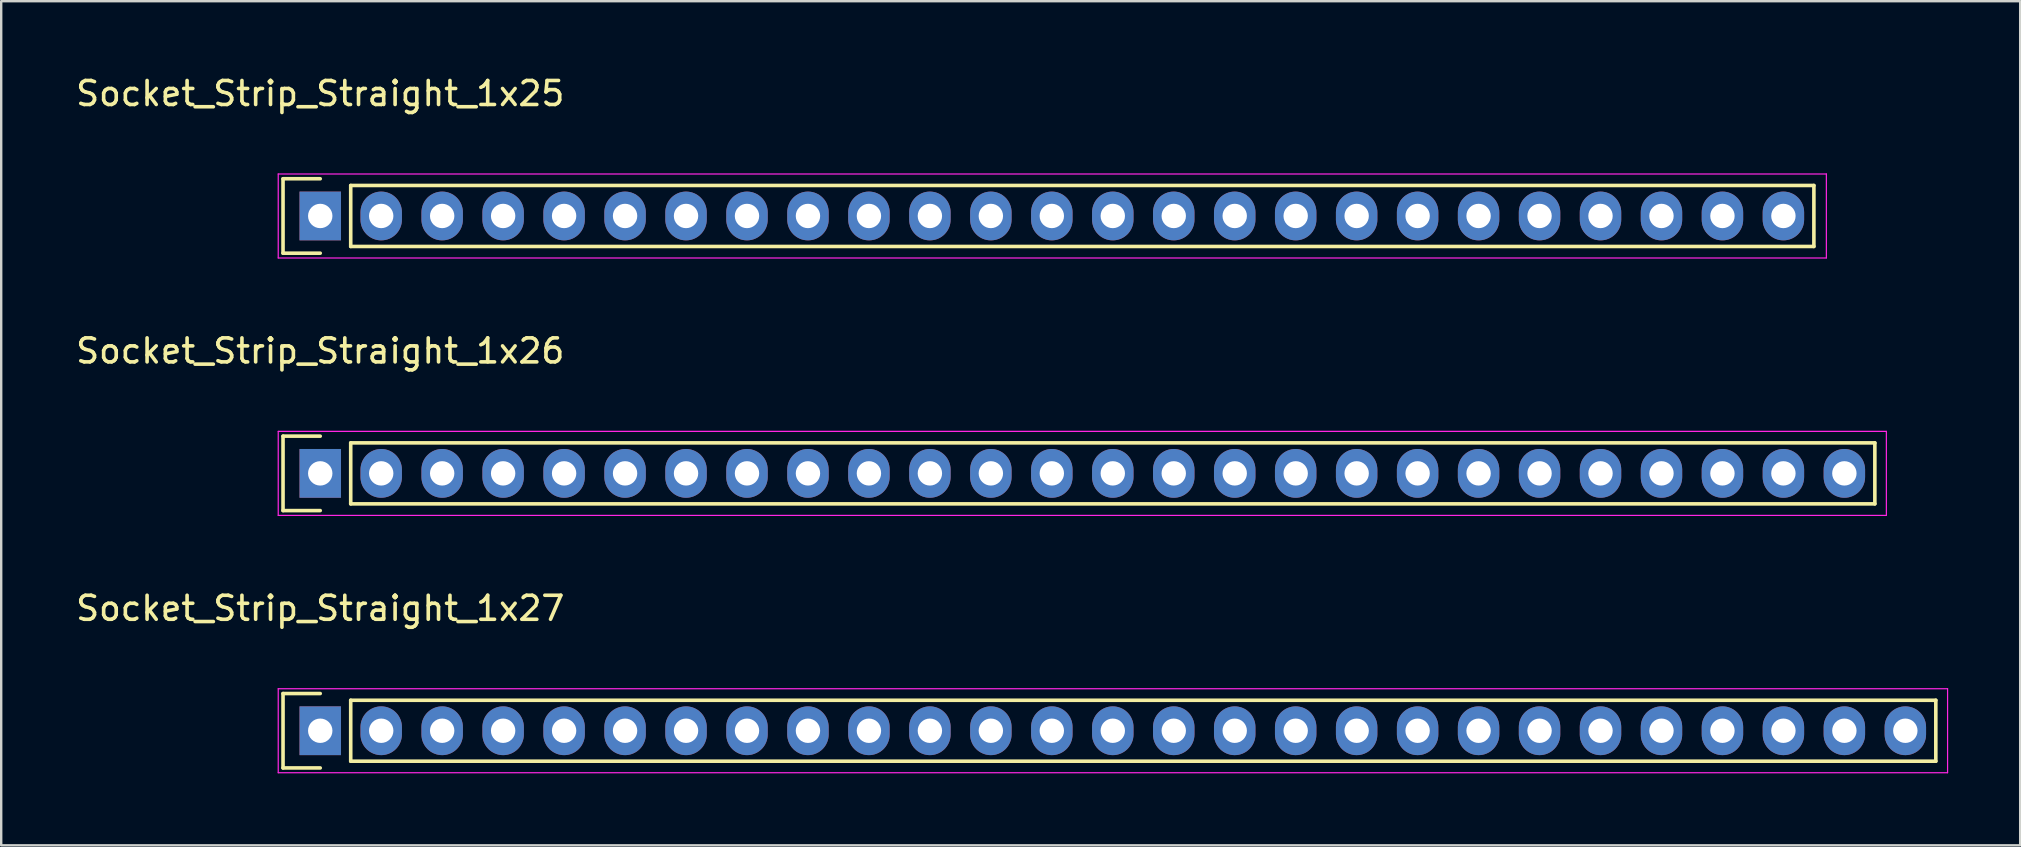
<source format=kicad_pcb>
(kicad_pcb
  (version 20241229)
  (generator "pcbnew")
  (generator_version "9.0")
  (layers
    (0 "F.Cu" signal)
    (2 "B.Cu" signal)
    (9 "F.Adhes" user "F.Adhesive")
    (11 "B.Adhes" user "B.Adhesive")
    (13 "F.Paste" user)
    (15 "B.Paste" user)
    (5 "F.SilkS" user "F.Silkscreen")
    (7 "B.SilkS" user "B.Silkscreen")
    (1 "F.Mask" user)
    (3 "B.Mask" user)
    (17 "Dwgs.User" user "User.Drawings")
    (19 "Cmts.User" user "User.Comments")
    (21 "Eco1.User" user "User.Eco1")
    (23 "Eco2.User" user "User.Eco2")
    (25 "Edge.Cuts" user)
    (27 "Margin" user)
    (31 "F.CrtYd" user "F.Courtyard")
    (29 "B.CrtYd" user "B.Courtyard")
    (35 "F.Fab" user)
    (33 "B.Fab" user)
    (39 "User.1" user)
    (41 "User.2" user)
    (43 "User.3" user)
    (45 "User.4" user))
  (footprint "Socket_Strip_Straight_1x26"
    (layer "F.Cu")
    (at 10.292 16.672)
    (property "Reference" "Socket_Strip_Straight_1x26" (at 0 -5.1 0) (layer "F.SilkS") (effects (font (size 1 1) (thickness 0.15))))
    (attr through_hole)
    (fp_line (start -1.55 -1.55) (end -1.55 1.55) (stroke (width 0.15) (type solid)) (layer "F.SilkS"))
    (fp_line (start -1.55 1.55) (end 0 1.55) (stroke (width 0.15) (type solid)) (layer "F.SilkS"))
    (fp_line (start 0 -1.55) (end -1.55 -1.55) (stroke (width 0.15) (type solid)) (layer "F.SilkS"))
    (fp_line (start 1.27 -1.27) (end 64.77 -1.27) (stroke (width 0.15) (type solid)) (layer "F.SilkS"))
    (fp_line (start 1.27 1.27) (end 1.27 -1.27) (stroke (width 0.15) (type solid)) (layer "F.SilkS"))
    (fp_line (start 64.77 -1.27) (end 64.77 1.27) (stroke (width 0.15) (type solid)) (layer "F.SilkS"))
    (fp_line (start 64.77 1.27) (end 1.27 1.27) (stroke (width 0.15) (type solid)) (layer "F.SilkS"))
    (fp_line (start -1.75 -1.75) (end -1.75 1.75) (stroke (width 0.05) (type solid)) (layer "F.CrtYd"))
    (fp_line (start -1.75 -1.75) (end 65.25 -1.75) (stroke (width 0.05) (type solid)) (layer "F.CrtYd"))
    (fp_line (start -1.75 1.75) (end 65.25 1.75) (stroke (width 0.05) (type solid)) (layer "F.CrtYd"))
    (fp_line (start 65.25 -1.75) (end 65.25 1.75) (stroke (width 0.05) (type solid)) (layer "F.CrtYd"))
    (pad "1" thru_hole rect (at 0 0) (size 1.727 2.032) (drill 1.016) (layers "*.Cu" "*.Mask"))
    (pad "2" thru_hole oval (at 2.54 0) (size 1.727 2.032) (drill 1.016) (layers "*.Cu" "*.Mask"))
    (pad "3" thru_hole oval (at 5.08 0) (size 1.727 2.032) (drill 1.016) (layers "*.Cu" "*.Mask"))
    (pad "4" thru_hole oval (at 7.62 0) (size 1.727 2.032) (drill 1.016) (layers "*.Cu" "*.Mask"))
    (pad "5" thru_hole oval (at 10.16 0) (size 1.727 2.032) (drill 1.016) (layers "*.Cu" "*.Mask"))
    (pad "6" thru_hole oval (at 12.7 0) (size 1.727 2.032) (drill 1.016) (layers "*.Cu" "*.Mask"))
    (pad "7" thru_hole oval (at 15.24 0) (size 1.727 2.032) (drill 1.016) (layers "*.Cu" "*.Mask"))
    (pad "8" thru_hole oval (at 17.78 0) (size 1.727 2.032) (drill 1.016) (layers "*.Cu" "*.Mask"))
    (pad "9" thru_hole oval (at 20.32 0) (size 1.727 2.032) (drill 1.016) (layers "*.Cu" "*.Mask"))
    (pad "10" thru_hole oval (at 22.86 0) (size 1.727 2.032) (drill 1.016) (layers "*.Cu" "*.Mask"))
    (pad "11" thru_hole oval (at 25.4 0) (size 1.727 2.032) (drill 1.016) (layers "*.Cu" "*.Mask"))
    (pad "12" thru_hole oval (at 27.94 0) (size 1.727 2.032) (drill 1.016) (layers "*.Cu" "*.Mask"))
    (pad "13" thru_hole oval (at 30.48 0) (size 1.727 2.032) (drill 1.016) (layers "*.Cu" "*.Mask"))
    (pad "14" thru_hole oval (at 33.02 0) (size 1.727 2.032) (drill 1.016) (layers "*.Cu" "*.Mask"))
    (pad "15" thru_hole oval (at 35.56 0) (size 1.727 2.032) (drill 1.016) (layers "*.Cu" "*.Mask"))
    (pad "16" thru_hole oval (at 38.1 0) (size 1.727 2.032) (drill 1.016) (layers "*.Cu" "*.Mask"))
    (pad "17" thru_hole oval (at 40.64 0) (size 1.727 2.032) (drill 1.016) (layers "*.Cu" "*.Mask"))
    (pad "18" thru_hole oval (at 43.18 0) (size 1.727 2.032) (drill 1.016) (layers "*.Cu" "*.Mask"))
    (pad "19" thru_hole oval (at 45.72 0) (size 1.727 2.032) (drill 1.016) (layers "*.Cu" "*.Mask"))
    (pad "20" thru_hole oval (at 48.26 0) (size 1.727 2.032) (drill 1.016) (layers "*.Cu" "*.Mask"))
    (pad "21" thru_hole oval (at 50.8 0) (size 1.727 2.032) (drill 1.016) (layers "*.Cu" "*.Mask"))
    (pad "22" thru_hole oval (at 53.34 0) (size 1.727 2.032) (drill 1.016) (layers "*.Cu" "*.Mask"))
    (pad "23" thru_hole oval (at 55.88 0) (size 1.727 2.032) (drill 1.016) (layers "*.Cu" "*.Mask"))
    (pad "24" thru_hole oval (at 58.42 0) (size 1.727 2.032) (drill 1.016) (layers "*.Cu" "*.Mask"))
    (pad "25" thru_hole oval (at 60.96 0) (size 1.727 2.032) (drill 1.016) (layers "*.Cu" "*.Mask"))
    (pad "26" thru_hole oval (at 63.5 0) (size 1.727 2.032) (drill 1.016) (layers "*.Cu" "*.Mask")))
  (footprint "Socket_Strip_Straight_1x25"
    (layer "F.Cu")
    (at 10.292 5.948)
    (property "Reference" "Socket_Strip_Straight_1x25" (at 0 -5.1 0) (layer "F.SilkS") (effects (font (size 1 1) (thickness 0.15))))
    (attr through_hole)
    (fp_line (start -1.55 -1.55) (end -1.55 1.55) (stroke (width 0.15) (type solid)) (layer "F.SilkS"))
    (fp_line (start -1.55 1.55) (end 0 1.55) (stroke (width 0.15) (type solid)) (layer "F.SilkS"))
    (fp_line (start 0 -1.55) (end -1.55 -1.55) (stroke (width 0.15) (type solid)) (layer "F.SilkS"))
    (fp_line (start 1.27 -1.27) (end 62.23 -1.27) (stroke (width 0.15) (type solid)) (layer "F.SilkS"))
    (fp_line (start 1.27 1.27) (end 1.27 -1.27) (stroke (width 0.15) (type solid)) (layer "F.SilkS"))
    (fp_line (start 62.23 -1.27) (end 62.23 1.27) (stroke (width 0.15) (type solid)) (layer "F.SilkS"))
    (fp_line (start 62.23 1.27) (end 1.27 1.27) (stroke (width 0.15) (type solid)) (layer "F.SilkS"))
    (fp_line (start -1.75 -1.75) (end -1.75 1.75) (stroke (width 0.05) (type solid)) (layer "F.CrtYd"))
    (fp_line (start -1.75 -1.75) (end 62.75 -1.75) (stroke (width 0.05) (type solid)) (layer "F.CrtYd"))
    (fp_line (start -1.75 1.75) (end 62.75 1.75) (stroke (width 0.05) (type solid)) (layer "F.CrtYd"))
    (fp_line (start 62.75 -1.75) (end 62.75 1.75) (stroke (width 0.05) (type solid)) (layer "F.CrtYd"))
    (pad "1" thru_hole rect (at 0 0) (size 1.727 2.032) (drill 1.016) (layers "*.Cu" "*.Mask"))
    (pad "2" thru_hole oval (at 2.54 0) (size 1.727 2.032) (drill 1.016) (layers "*.Cu" "*.Mask"))
    (pad "3" thru_hole oval (at 5.08 0) (size 1.727 2.032) (drill 1.016) (layers "*.Cu" "*.Mask"))
    (pad "4" thru_hole oval (at 7.62 0) (size 1.727 2.032) (drill 1.016) (layers "*.Cu" "*.Mask"))
    (pad "5" thru_hole oval (at 10.16 0) (size 1.727 2.032) (drill 1.016) (layers "*.Cu" "*.Mask"))
    (pad "6" thru_hole oval (at 12.7 0) (size 1.727 2.032) (drill 1.016) (layers "*.Cu" "*.Mask"))
    (pad "7" thru_hole oval (at 15.24 0) (size 1.727 2.032) (drill 1.016) (layers "*.Cu" "*.Mask"))
    (pad "8" thru_hole oval (at 17.78 0) (size 1.727 2.032) (drill 1.016) (layers "*.Cu" "*.Mask"))
    (pad "9" thru_hole oval (at 20.32 0) (size 1.727 2.032) (drill 1.016) (layers "*.Cu" "*.Mask"))
    (pad "10" thru_hole oval (at 22.86 0) (size 1.727 2.032) (drill 1.016) (layers "*.Cu" "*.Mask"))
    (pad "11" thru_hole oval (at 25.4 0) (size 1.727 2.032) (drill 1.016) (layers "*.Cu" "*.Mask"))
    (pad "12" thru_hole oval (at 27.94 0) (size 1.727 2.032) (drill 1.016) (layers "*.Cu" "*.Mask"))
    (pad "13" thru_hole oval (at 30.48 0) (size 1.727 2.032) (drill 1.016) (layers "*.Cu" "*.Mask"))
    (pad "14" thru_hole oval (at 33.02 0) (size 1.727 2.032) (drill 1.016) (layers "*.Cu" "*.Mask"))
    (pad "15" thru_hole oval (at 35.56 0) (size 1.727 2.032) (drill 1.016) (layers "*.Cu" "*.Mask"))
    (pad "16" thru_hole oval (at 38.1 0) (size 1.727 2.032) (drill 1.016) (layers "*.Cu" "*.Mask"))
    (pad "17" thru_hole oval (at 40.64 0) (size 1.727 2.032) (drill 1.016) (layers "*.Cu" "*.Mask"))
    (pad "18" thru_hole oval (at 43.18 0) (size 1.727 2.032) (drill 1.016) (layers "*.Cu" "*.Mask"))
    (pad "19" thru_hole oval (at 45.72 0) (size 1.727 2.032) (drill 1.016) (layers "*.Cu" "*.Mask"))
    (pad "20" thru_hole oval (at 48.26 0) (size 1.727 2.032) (drill 1.016) (layers "*.Cu" "*.Mask"))
    (pad "21" thru_hole oval (at 50.8 0) (size 1.727 2.032) (drill 1.016) (layers "*.Cu" "*.Mask"))
    (pad "22" thru_hole oval (at 53.34 0) (size 1.727 2.032) (drill 1.016) (layers "*.Cu" "*.Mask"))
    (pad "23" thru_hole oval (at 55.88 0) (size 1.727 2.032) (drill 1.016) (layers "*.Cu" "*.Mask"))
    (pad "24" thru_hole oval (at 58.42 0) (size 1.727 2.032) (drill 1.016) (layers "*.Cu" "*.Mask"))
    (pad "25" thru_hole oval (at 60.96 0) (size 1.727 2.032) (drill 1.016) (layers "*.Cu" "*.Mask")))
  (footprint "Socket_Strip_Straight_1x27"
    (layer "F.Cu")
    (at 10.292 27.395)
    (property "Reference" "Socket_Strip_Straight_1x27" (at 0 -5.1 0) (layer "F.SilkS") (effects (font (size 1 1) (thickness 0.15))))
    (attr through_hole)
    (fp_line (start -1.55 -1.55) (end -1.55 1.55) (stroke (width 0.15) (type solid)) (layer "F.SilkS"))
    (fp_line (start -1.55 1.55) (end 0 1.55) (stroke (width 0.15) (type solid)) (layer "F.SilkS"))
    (fp_line (start 0 -1.55) (end -1.55 -1.55) (stroke (width 0.15) (type solid)) (layer "F.SilkS"))
    (fp_line (start 1.27 -1.27) (end 67.31 -1.27) (stroke (width 0.15) (type solid)) (layer "F.SilkS"))
    (fp_line (start 1.27 1.27) (end 1.27 -1.27) (stroke (width 0.15) (type solid)) (layer "F.SilkS"))
    (fp_line (start 67.31 -1.27) (end 67.31 1.27) (stroke (width 0.15) (type solid)) (layer "F.SilkS"))
    (fp_line (start 67.31 1.27) (end 1.27 1.27) (stroke (width 0.15) (type solid)) (layer "F.SilkS"))
    (fp_line (start -1.75 -1.75) (end -1.75 1.75) (stroke (width 0.05) (type solid)) (layer "F.CrtYd"))
    (fp_line (start -1.75 -1.75) (end 67.8 -1.75) (stroke (width 0.05) (type solid)) (layer "F.CrtYd"))
    (fp_line (start -1.75 1.75) (end 67.8 1.75) (stroke (width 0.05) (type solid)) (layer "F.CrtYd"))
    (fp_line (start 67.8 -1.75) (end 67.8 1.75) (stroke (width 0.05) (type solid)) (layer "F.CrtYd"))
    (pad "1" thru_hole rect (at 0 0) (size 1.727 2.032) (drill 1.016) (layers "*.Cu" "*.Mask"))
    (pad "2" thru_hole oval (at 2.54 0) (size 1.727 2.032) (drill 1.016) (layers "*.Cu" "*.Mask"))
    (pad "3" thru_hole oval (at 5.08 0) (size 1.727 2.032) (drill 1.016) (layers "*.Cu" "*.Mask"))
    (pad "4" thru_hole oval (at 7.62 0) (size 1.727 2.032) (drill 1.016) (layers "*.Cu" "*.Mask"))
    (pad "5" thru_hole oval (at 10.16 0) (size 1.727 2.032) (drill 1.016) (layers "*.Cu" "*.Mask"))
    (pad "6" thru_hole oval (at 12.7 0) (size 1.727 2.032) (drill 1.016) (layers "*.Cu" "*.Mask"))
    (pad "7" thru_hole oval (at 15.24 0) (size 1.727 2.032) (drill 1.016) (layers "*.Cu" "*.Mask"))
    (pad "8" thru_hole oval (at 17.78 0) (size 1.727 2.032) (drill 1.016) (layers "*.Cu" "*.Mask"))
    (pad "9" thru_hole oval (at 20.32 0) (size 1.727 2.032) (drill 1.016) (layers "*.Cu" "*.Mask"))
    (pad "10" thru_hole oval (at 22.86 0) (size 1.727 2.032) (drill 1.016) (layers "*.Cu" "*.Mask"))
    (pad "11" thru_hole oval (at 25.4 0) (size 1.727 2.032) (drill 1.016) (layers "*.Cu" "*.Mask"))
    (pad "12" thru_hole oval (at 27.94 0) (size 1.727 2.032) (drill 1.016) (layers "*.Cu" "*.Mask"))
    (pad "13" thru_hole oval (at 30.48 0) (size 1.727 2.032) (drill 1.016) (layers "*.Cu" "*.Mask"))
    (pad "14" thru_hole oval (at 33.02 0) (size 1.727 2.032) (drill 1.016) (layers "*.Cu" "*.Mask"))
    (pad "15" thru_hole oval (at 35.56 0) (size 1.727 2.032) (drill 1.016) (layers "*.Cu" "*.Mask"))
    (pad "16" thru_hole oval (at 38.1 0) (size 1.727 2.032) (drill 1.016) (layers "*.Cu" "*.Mask"))
    (pad "17" thru_hole oval (at 40.64 0) (size 1.727 2.032) (drill 1.016) (layers "*.Cu" "*.Mask"))
    (pad "18" thru_hole oval (at 43.18 0) (size 1.727 2.032) (drill 1.016) (layers "*.Cu" "*.Mask"))
    (pad "19" thru_hole oval (at 45.72 0) (size 1.727 2.032) (drill 1.016) (layers "*.Cu" "*.Mask"))
    (pad "20" thru_hole oval (at 48.26 0) (size 1.727 2.032) (drill 1.016) (layers "*.Cu" "*.Mask"))
    (pad "21" thru_hole oval (at 50.8 0) (size 1.727 2.032) (drill 1.016) (layers "*.Cu" "*.Mask"))
    (pad "22" thru_hole oval (at 53.34 0) (size 1.727 2.032) (drill 1.016) (layers "*.Cu" "*.Mask"))
    (pad "23" thru_hole oval (at 55.88 0) (size 1.727 2.032) (drill 1.016) (layers "*.Cu" "*.Mask"))
    (pad "24" thru_hole oval (at 58.42 0) (size 1.727 2.032) (drill 1.016) (layers "*.Cu" "*.Mask"))
    (pad "25" thru_hole oval (at 60.96 0) (size 1.727 2.032) (drill 1.016) (layers "*.Cu" "*.Mask"))
    (pad "26" thru_hole oval (at 63.5 0) (size 1.727 2.032) (drill 1.016) (layers "*.Cu" "*.Mask"))
    (pad "27" thru_hole oval (at 66.04 0) (size 1.727 2.032) (drill 1.016) (layers "*.Cu" "*.Mask")))
  (gr_rect
    (start -3 -3)
    (end 81.117 32.17)
    (stroke (width 0.1) (type default))
    (fill no)
    (layer "Edge.Cuts")))
</source>
